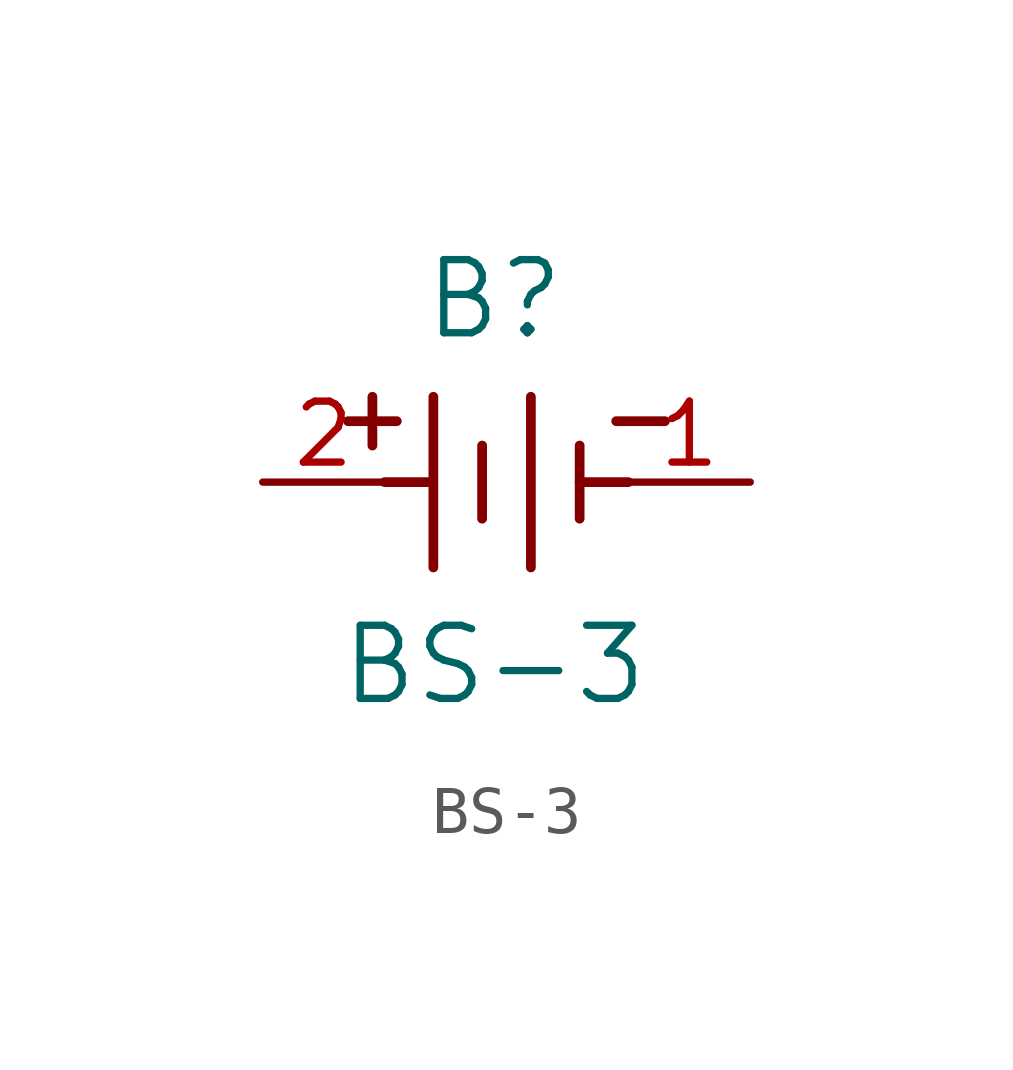
<source format=kicad_sym>
(kicad_symbol_lib
  (version 20211014)
  (generator kicad_symbol_editor)
  (symbol "BS-3"
    (pin_names
      (offset 0.254))
    (property "Reference" "B"
      (at 4.826 3.81 0)
      (effects (font (size 1.524 1.524))))
    (property "Value" "BS-3"
      (at 4.826 -3.81 0)
      (effects (font (size 1.524 1.524))))
    (symbol "BS-3_0_1"
      (polyline (pts (xy 2.286 0.762) (xy 2.286 1.778)) (stroke (width 0.203) (type default) (color 0 0 0 0)) (fill (type none)))
      (polyline (pts (xy 6.604 0) (xy 7.62 0)) (stroke (width 0.203) (type default) (color 0 0 0 0)) (fill (type none)))
      (polyline (pts (xy 3.556 -1.778) (xy 3.556 1.778)) (stroke (width 0.203) (type default) (color 0 0 0 0)) (fill (type none)))
      (polyline (pts (xy 1.778 1.27) (xy 2.794 1.27)) (stroke (width 0.203) (type default) (color 0 0 0 0)) (fill (type none)))
      (polyline (pts (xy 2.54 0) (xy 3.48 0)) (stroke (width 0.203) (type default) (color 0 0 0 0)) (fill (type none)))
      (polyline (pts (xy 5.588 -1.778) (xy 5.588 1.778)) (stroke (width 0.203) (type default) (color 0 0 0 0)) (fill (type none)))
      (polyline (pts (xy 6.604 0.762) (xy 6.604 -0.762)) (stroke (width 0.203) (type default) (color 0 0 0 0)) (fill (type none)))
      (polyline (pts (xy 4.572 0.762) (xy 4.572 -0.762)) (stroke (width 0.203) (type default) (color 0 0 0 0)) (fill (type none)))
      (polyline (pts (xy 7.366 1.27) (xy 8.382 1.27)) (stroke (width 0.203) (type default) (color 0 0 0 0)) (fill (type none)))
      (pin unspecified line (at 10.16 0 180) (length 2.54) (name "" (effects (font (size 1.27 1.27)))) (number "1" (effects (font (size 1.27 1.27)))))
      (pin unspecified line (at 0 0 0) (length 2.54) (name "" (effects (font (size 1.27 1.27)))) (number "2" (effects (font (size 1.27 1.27))))))))
</source>
